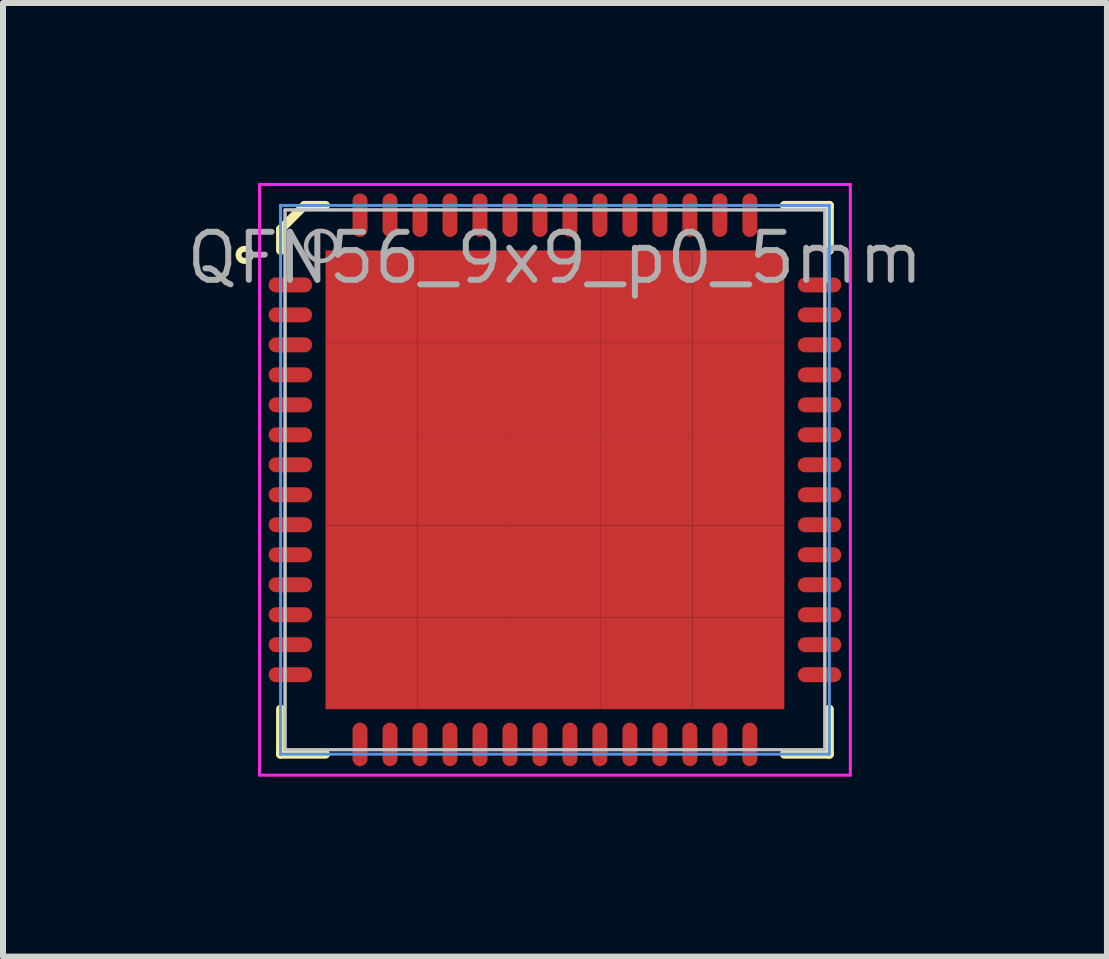
<source format=kicad_pcb>
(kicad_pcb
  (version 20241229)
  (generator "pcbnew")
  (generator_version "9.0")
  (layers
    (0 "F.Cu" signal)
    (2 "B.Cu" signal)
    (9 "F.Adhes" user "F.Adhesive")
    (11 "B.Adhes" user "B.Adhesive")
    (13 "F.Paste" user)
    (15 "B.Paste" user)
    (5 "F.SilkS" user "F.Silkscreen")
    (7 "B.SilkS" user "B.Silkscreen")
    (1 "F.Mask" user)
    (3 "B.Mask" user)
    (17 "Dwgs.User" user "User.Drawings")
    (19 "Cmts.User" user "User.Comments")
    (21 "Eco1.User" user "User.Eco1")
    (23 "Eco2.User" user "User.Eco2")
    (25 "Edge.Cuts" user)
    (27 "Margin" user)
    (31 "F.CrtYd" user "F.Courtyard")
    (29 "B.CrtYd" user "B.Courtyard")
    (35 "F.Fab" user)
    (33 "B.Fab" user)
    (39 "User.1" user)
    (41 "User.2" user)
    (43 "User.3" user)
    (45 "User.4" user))
  (footprint "QFN56_9x9_p0_5mm"
    (layer "F.Cu")
    (at 6.203 4.95)
    (property "Reference" "QFN56_9x9_p0_5mm" (at 0 -3.7 0) (layer "F.Fab") (effects (font (size 0.8 0.8) (thickness 0.1))))
    (attr through_hole)
    (fp_line (start -4.575 -4.175) (end -4.575 -3.825) (stroke (width 0.15) (type solid)) (layer "F.SilkS"))
    (fp_line (start -4.575 -4.175) (end -4.175 -4.575) (stroke (width 0.15) (type solid)) (layer "F.SilkS"))
    (fp_line (start -4.575 4.575) (end -4.575 3.825) (stroke (width 0.15) (type solid)) (layer "F.SilkS"))
    (fp_line (start -4.575 4.575) (end -3.825 4.575) (stroke (width 0.15) (type solid)) (layer "F.SilkS"))
    (fp_line (start -3.825 -4.575) (end -4.175 -4.575) (stroke (width 0.15) (type solid)) (layer "F.SilkS"))
    (fp_line (start 4.575 -4.575) (end 3.825 -4.575) (stroke (width 0.15) (type solid)) (layer "F.SilkS"))
    (fp_line (start 4.575 -4.575) (end 4.575 -3.825) (stroke (width 0.15) (type solid)) (layer "F.SilkS"))
    (fp_line (start 4.575 4.575) (end 3.825 4.575) (stroke (width 0.15) (type solid)) (layer "F.SilkS"))
    (fp_line (start 4.575 4.575) (end 4.575 3.825) (stroke (width 0.15) (type solid)) (layer "F.SilkS"))
    (fp_circle (center -5.175 -3.75) (end -5.104 -3.679) (stroke (width 0.1) (type solid)) (fill no) (layer "F.SilkS"))
    (fp_line (start -4.5 -4.5) (end -4.5 4.5) (stroke (width 0.05) (type solid)) (layer "Dwgs.User"))
    (fp_line (start -4.5 -4.5) (end 4.5 -4.5) (stroke (width 0.05) (type solid)) (layer "Dwgs.User"))
    (fp_line (start -4.5 4.5) (end 4.5 4.5) (stroke (width 0.05) (type solid)) (layer "Dwgs.User"))
    (fp_line (start 4.5 -4.5) (end 4.5 4.5) (stroke (width 0.05) (type solid)) (layer "Dwgs.User"))
    (fp_line (start -4.575 -4.575) (end -4.575 4.575) (stroke (width 0.05) (type solid)) (layer "Cmts.User"))
    (fp_line (start -4.575 -4.575) (end 4.575 -4.575) (stroke (width 0.05) (type solid)) (layer "Cmts.User"))
    (fp_line (start -4.575 4.575) (end 4.575 4.575) (stroke (width 0.05) (type solid)) (layer "Cmts.User"))
    (fp_line (start 4.575 -4.575) (end 4.575 4.575) (stroke (width 0.05) (type solid)) (layer "Cmts.User"))
    (fp_line (start -4.425 -4.425) (end -4.425 4.425) (stroke (width 0.05) (type solid)) (layer "Eco1.User"))
    (fp_line (start -4.425 -4.425) (end 4.425 -4.425) (stroke (width 0.05) (type solid)) (layer "Eco1.User"))
    (fp_line (start -4.425 4.425) (end 4.425 4.425) (stroke (width 0.05) (type solid)) (layer "Eco1.User"))
    (fp_line (start 4.425 -4.425) (end 4.425 4.425) (stroke (width 0.05) (type solid)) (layer "Eco1.User"))
    (fp_line (start -4.925 -4.925) (end -4.925 4.925) (stroke (width 0.05) (type solid)) (layer "F.CrtYd"))
    (fp_line (start -4.925 -4.925) (end 4.925 -4.925) (stroke (width 0.05) (type solid)) (layer "F.CrtYd"))
    (fp_line (start -4.925 4.925) (end 4.925 4.925) (stroke (width 0.05) (type solid)) (layer "F.CrtYd"))
    (fp_line (start 4.925 -4.925) (end 4.925 4.925) (stroke (width 0.05) (type solid)) (layer "F.CrtYd"))
    (fp_line (start -4.5 -4.5) (end -4.5 4.5) (stroke (width 0.05) (type solid)) (layer "F.Fab"))
    (fp_line (start -4.5 -4.5) (end 4.5 -4.5) (stroke (width 0.05) (type solid)) (layer "F.Fab"))
    (fp_line (start -4.5 4.5) (end 4.5 4.5) (stroke (width 0.05) (type solid)) (layer "F.Fab"))
    (fp_line (start 4.5 -4.5) (end 4.5 4.5) (stroke (width 0.05) (type solid)) (layer "F.Fab"))
    (fp_circle (center -3.9 -3.9) (end -3.723 -3.723) (stroke (width 0.075) (type solid)) (fill no) (layer "F.Fab"))
    (pad "1" smd oval (at -4.412 -3.25 180) (size 0.725 0.25) (layers "F.Cu" "F.Mask" "F.Paste"))
    (pad "2" smd oval (at -4.412 -2.75 180) (size 0.725 0.25) (layers "F.Cu" "F.Mask" "F.Paste"))
    (pad "3" smd oval (at -4.412 -2.25 180) (size 0.725 0.25) (layers "F.Cu" "F.Mask" "F.Paste"))
    (pad "4" smd oval (at -4.412 -1.75 180) (size 0.725 0.25) (layers "F.Cu" "F.Mask" "F.Paste"))
    (pad "5" smd oval (at -4.412 -1.25 180) (size 0.725 0.25) (layers "F.Cu" "F.Mask" "F.Paste"))
    (pad "6" smd oval (at -4.412 -0.75 180) (size 0.725 0.25) (layers "F.Cu" "F.Mask" "F.Paste"))
    (pad "7" smd oval (at -4.412 -0.25 180) (size 0.725 0.25) (layers "F.Cu" "F.Mask" "F.Paste"))
    (pad "8" smd oval (at -4.412 0.25 180) (size 0.725 0.25) (layers "F.Cu" "F.Mask" "F.Paste"))
    (pad "9" smd oval (at -4.412 0.75 180) (size 0.725 0.25) (layers "F.Cu" "F.Mask" "F.Paste"))
    (pad "10" smd oval (at -4.412 1.25 180) (size 0.725 0.25) (layers "F.Cu" "F.Mask" "F.Paste"))
    (pad "11" smd oval (at -4.412 1.75 180) (size 0.725 0.25) (layers "F.Cu" "F.Mask" "F.Paste"))
    (pad "12" smd oval (at -4.412 2.25 180) (size 0.725 0.25) (layers "F.Cu" "F.Mask" "F.Paste"))
    (pad "13" smd oval (at -4.412 2.75 180) (size 0.725 0.25) (layers "F.Cu" "F.Mask" "F.Paste"))
    (pad "14" smd oval (at -4.412 3.25 180) (size 0.725 0.25) (layers "F.Cu" "F.Mask" "F.Paste"))
    (pad "15" smd oval (at -3.25 4.412 270) (size 0.725 0.25) (layers "F.Cu" "F.Mask" "F.Paste"))
    (pad "16" smd oval (at -2.75 4.412 270) (size 0.725 0.25) (layers "F.Cu" "F.Mask" "F.Paste"))
    (pad "17" smd oval (at -2.25 4.412 270) (size 0.725 0.25) (layers "F.Cu" "F.Mask" "F.Paste"))
    (pad "18" smd oval (at -1.75 4.412 270) (size 0.725 0.25) (layers "F.Cu" "F.Mask" "F.Paste"))
    (pad "19" smd oval (at -1.25 4.412 270) (size 0.725 0.25) (layers "F.Cu" "F.Mask" "F.Paste"))
    (pad "20" smd oval (at -0.75 4.412 270) (size 0.725 0.25) (layers "F.Cu" "F.Mask" "F.Paste"))
    (pad "21" smd oval (at -0.25 4.412 270) (size 0.725 0.25) (layers "F.Cu" "F.Mask" "F.Paste"))
    (pad "22" smd oval (at 0.25 4.412 270) (size 0.725 0.25) (layers "F.Cu" "F.Mask" "F.Paste"))
    (pad "23" smd oval (at 0.75 4.412 270) (size 0.725 0.25) (layers "F.Cu" "F.Mask" "F.Paste"))
    (pad "24" smd oval (at 1.25 4.412 270) (size 0.725 0.25) (layers "F.Cu" "F.Mask" "F.Paste"))
    (pad "25" smd oval (at 1.75 4.412 270) (size 0.725 0.25) (layers "F.Cu" "F.Mask" "F.Paste"))
    (pad "26" smd oval (at 2.25 4.412 270) (size 0.725 0.25) (layers "F.Cu" "F.Mask" "F.Paste"))
    (pad "27" smd oval (at 2.75 4.412 270) (size 0.725 0.25) (layers "F.Cu" "F.Mask" "F.Paste"))
    (pad "28" smd oval (at 3.25 4.412 270) (size 0.725 0.25) (layers "F.Cu" "F.Mask" "F.Paste"))
    (pad "29" smd oval (at 4.412 3.25) (size 0.725 0.25) (layers "F.Cu" "F.Mask" "F.Paste"))
    (pad "30" smd oval (at 4.412 2.75) (size 0.725 0.25) (layers "F.Cu" "F.Mask" "F.Paste"))
    (pad "31" smd oval (at 4.412 2.25) (size 0.725 0.25) (layers "F.Cu" "F.Mask" "F.Paste"))
    (pad "32" smd oval (at 4.412 1.75) (size 0.725 0.25) (layers "F.Cu" "F.Mask" "F.Paste"))
    (pad "33" smd oval (at 4.412 1.25) (size 0.725 0.25) (layers "F.Cu" "F.Mask" "F.Paste"))
    (pad "34" smd oval (at 4.412 0.75) (size 0.725 0.25) (layers "F.Cu" "F.Mask" "F.Paste"))
    (pad "35" smd oval (at 4.412 0.25) (size 0.725 0.25) (layers "F.Cu" "F.Mask" "F.Paste"))
    (pad "36" smd oval (at 4.412 -0.25) (size 0.725 0.25) (layers "F.Cu" "F.Mask" "F.Paste"))
    (pad "37" smd oval (at 4.412 -0.75) (size 0.725 0.25) (layers "F.Cu" "F.Mask" "F.Paste"))
    (pad "38" smd oval (at 4.412 -1.25) (size 0.725 0.25) (layers "F.Cu" "F.Mask" "F.Paste"))
    (pad "39" smd oval (at 4.412 -1.75) (size 0.725 0.25) (layers "F.Cu" "F.Mask" "F.Paste"))
    (pad "40" smd oval (at 4.412 -2.25) (size 0.725 0.25) (layers "F.Cu" "F.Mask" "F.Paste"))
    (pad "41" smd oval (at 4.412 -2.75) (size 0.725 0.25) (layers "F.Cu" "F.Mask" "F.Paste"))
    (pad "42" smd oval (at 4.412 -3.25) (size 0.725 0.25) (layers "F.Cu" "F.Mask" "F.Paste"))
    (pad "43" smd oval (at 3.25 -4.412 90) (size 0.725 0.25) (layers "F.Cu" "F.Mask" "F.Paste"))
    (pad "44" smd oval (at 2.75 -4.412 90) (size 0.725 0.25) (layers "F.Cu" "F.Mask" "F.Paste"))
    (pad "45" smd oval (at 2.25 -4.412 90) (size 0.725 0.25) (layers "F.Cu" "F.Mask" "F.Paste"))
    (pad "46" smd oval (at 1.75 -4.412 90) (size 0.725 0.25) (layers "F.Cu" "F.Mask" "F.Paste"))
    (pad "47" smd oval (at 1.25 -4.412 90) (size 0.725 0.25) (layers "F.Cu" "F.Mask" "F.Paste"))
    (pad "48" smd oval (at 0.75 -4.412 90) (size 0.725 0.25) (layers "F.Cu" "F.Mask" "F.Paste"))
    (pad "49" smd oval (at 0.25 -4.412 90) (size 0.725 0.25) (layers "F.Cu" "F.Mask" "F.Paste"))
    (pad "50" smd oval (at -0.25 -4.412 90) (size 0.725 0.25) (layers "F.Cu" "F.Mask" "F.Paste"))
    (pad "51" smd oval (at -0.75 -4.412 90) (size 0.725 0.25) (layers "F.Cu" "F.Mask" "F.Paste"))
    (pad "52" smd oval (at -1.25 -4.412 90) (size 0.725 0.25) (layers "F.Cu" "F.Mask" "F.Paste"))
    (pad "53" smd oval (at -1.75 -4.412 90) (size 0.725 0.25) (layers "F.Cu" "F.Mask" "F.Paste"))
    (pad "54" smd oval (at -2.25 -4.412 90) (size 0.725 0.25) (layers "F.Cu" "F.Mask" "F.Paste"))
    (pad "55" smd oval (at -2.75 -4.412 90) (size 0.725 0.25) (layers "F.Cu" "F.Mask" "F.Paste"))
    (pad "56" smd oval (at -3.25 -4.412 90) (size 0.725 0.25) (layers "F.Cu" "F.Mask" "F.Paste"))
    (pad "57" smd rect (at -3.06 -3.06) (size 1.53 1.53) (layers "F.Cu" "F.Mask" "F.Paste"))
    (pad "57" smd rect (at -3.06 -1.53) (size 1.53 1.53) (layers "F.Cu" "F.Mask" "F.Paste"))
    (pad "57" smd rect (at -3.06 0) (size 1.53 1.53) (layers "F.Cu" "F.Mask" "F.Paste"))
    (pad "57" smd rect (at -3.06 1.53) (size 1.53 1.53) (layers "F.Cu" "F.Mask" "F.Paste"))
    (pad "57" smd rect (at -3.06 3.06) (size 1.53 1.53) (layers "F.Cu" "F.Mask" "F.Paste"))
    (pad "57" smd rect (at -1.53 -3.06) (size 1.53 1.53) (layers "F.Cu" "F.Mask" "F.Paste"))
    (pad "57" smd rect (at -1.53 -1.53) (size 1.53 1.53) (layers "F.Cu" "F.Mask" "F.Paste"))
    (pad "57" smd rect (at -1.53 0) (size 1.53 1.53) (layers "F.Cu" "F.Mask" "F.Paste"))
    (pad "57" smd rect (at -1.53 1.53) (size 1.53 1.53) (layers "F.Cu" "F.Mask" "F.Paste"))
    (pad "57" smd rect (at -1.53 3.06) (size 1.53 1.53) (layers "F.Cu" "F.Mask" "F.Paste"))
    (pad "57" smd rect (at 0 -3.06) (size 1.53 1.53) (layers "F.Cu" "F.Mask" "F.Paste"))
    (pad "57" smd rect (at 0 -1.53) (size 1.53 1.53) (layers "F.Cu" "F.Mask" "F.Paste"))
    (pad "57" smd rect (at 0 0) (size 1.53 1.53) (layers "F.Cu" "F.Mask" "F.Paste"))
    (pad "57" smd rect (at 0 1.53) (size 1.53 1.53) (layers "F.Cu" "F.Mask" "F.Paste"))
    (pad "57" smd rect (at 0 3.06) (size 1.53 1.53) (layers "F.Cu" "F.Mask" "F.Paste"))
    (pad "57" smd rect (at 1.53 -3.06) (size 1.53 1.53) (layers "F.Cu" "F.Mask" "F.Paste"))
    (pad "57" smd rect (at 1.53 -1.53) (size 1.53 1.53) (layers "F.Cu" "F.Mask" "F.Paste"))
    (pad "57" smd rect (at 1.53 0) (size 1.53 1.53) (layers "F.Cu" "F.Mask" "F.Paste"))
    (pad "57" smd rect (at 1.53 1.53) (size 1.53 1.53) (layers "F.Cu" "F.Mask" "F.Paste"))
    (pad "57" smd rect (at 1.53 3.06) (size 1.53 1.53) (layers "F.Cu" "F.Mask" "F.Paste"))
    (pad "57" smd rect (at 3.06 -3.06) (size 1.53 1.53) (layers "F.Cu" "F.Mask" "F.Paste"))
    (pad "57" smd rect (at 3.06 -1.53) (size 1.53 1.53) (layers "F.Cu" "F.Mask" "F.Paste"))
    (pad "57" smd rect (at 3.06 0) (size 1.53 1.53) (layers "F.Cu" "F.Mask" "F.Paste"))
    (pad "57" smd rect (at 3.06 1.53) (size 1.53 1.53) (layers "F.Cu" "F.Mask" "F.Paste"))
    (pad "57" smd rect (at 3.06 3.06) (size 1.53 1.53) (layers "F.Cu" "F.Mask" "F.Paste")))
  (gr_rect
    (start -3 -3)
    (end 15.407 12.9)
    (stroke (width 0.1) (type default))
    (fill no)
    (layer "Edge.Cuts")))
</source>
